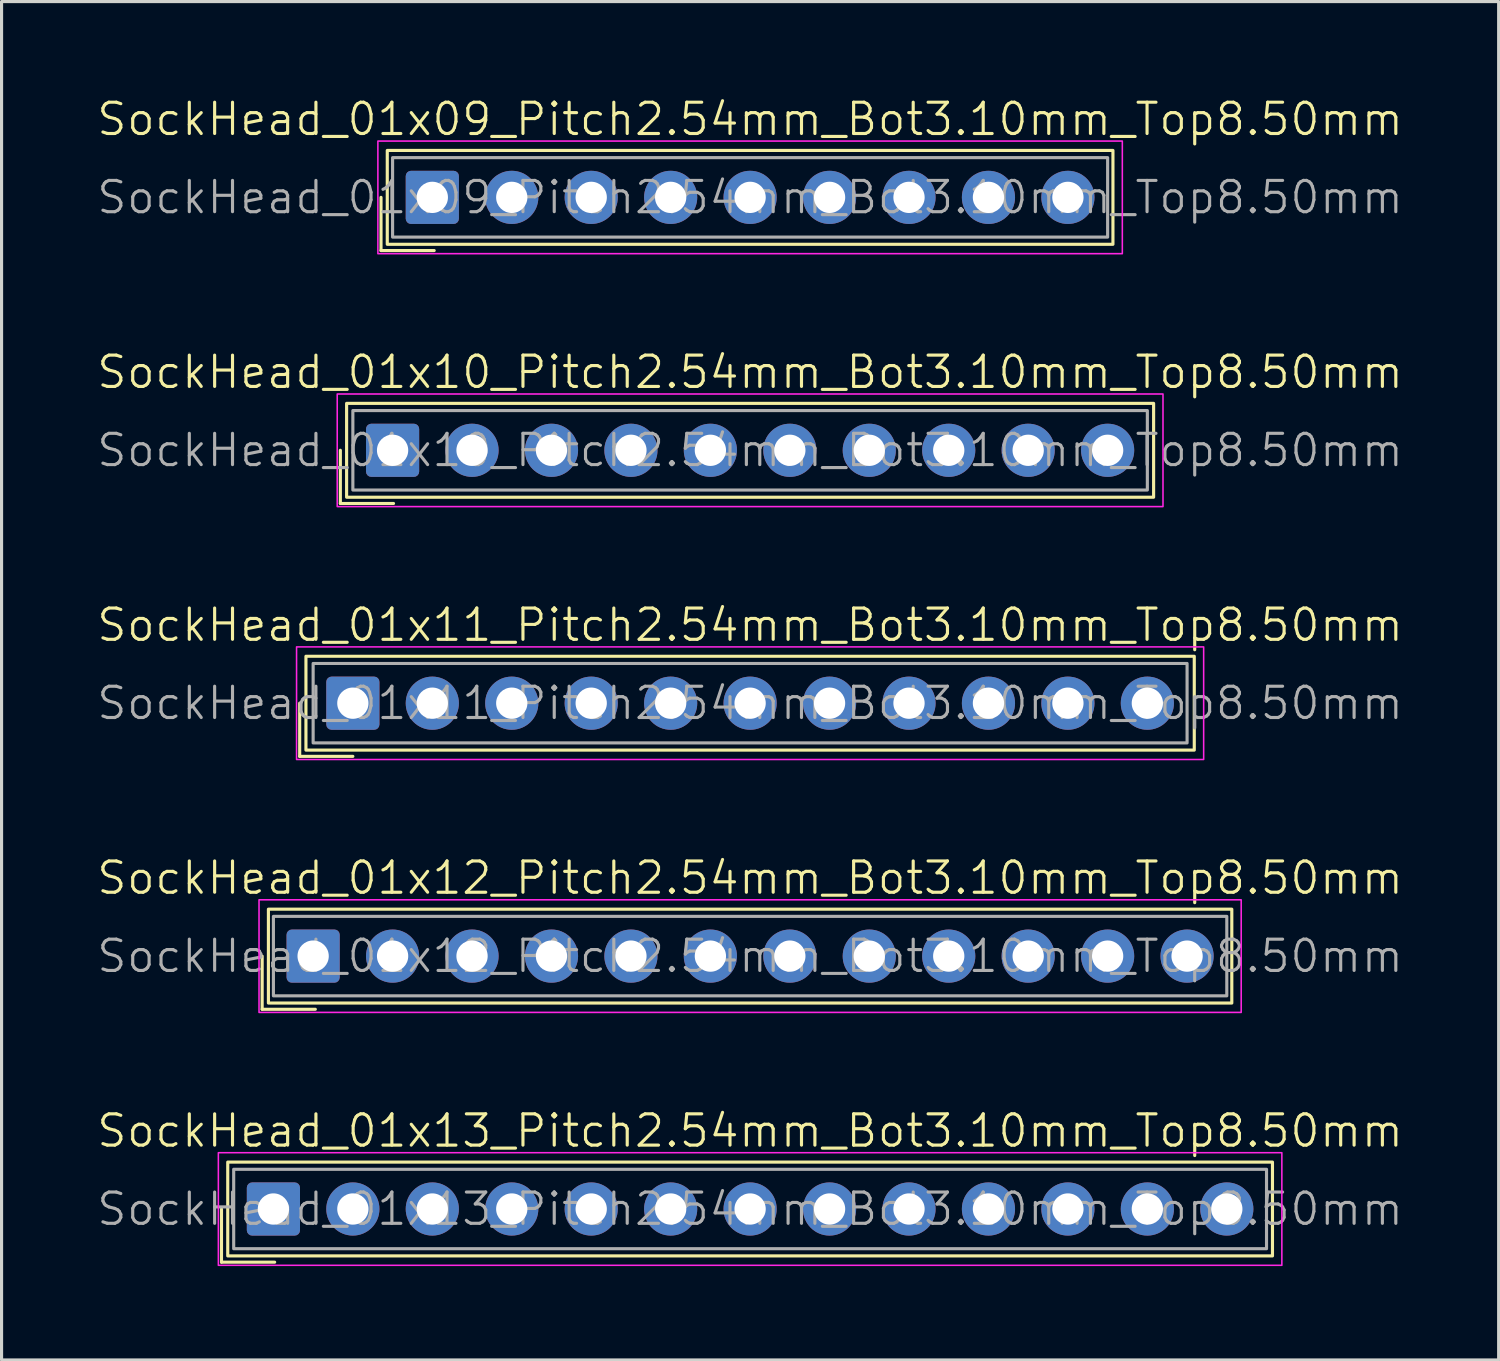
<source format=kicad_pcb>
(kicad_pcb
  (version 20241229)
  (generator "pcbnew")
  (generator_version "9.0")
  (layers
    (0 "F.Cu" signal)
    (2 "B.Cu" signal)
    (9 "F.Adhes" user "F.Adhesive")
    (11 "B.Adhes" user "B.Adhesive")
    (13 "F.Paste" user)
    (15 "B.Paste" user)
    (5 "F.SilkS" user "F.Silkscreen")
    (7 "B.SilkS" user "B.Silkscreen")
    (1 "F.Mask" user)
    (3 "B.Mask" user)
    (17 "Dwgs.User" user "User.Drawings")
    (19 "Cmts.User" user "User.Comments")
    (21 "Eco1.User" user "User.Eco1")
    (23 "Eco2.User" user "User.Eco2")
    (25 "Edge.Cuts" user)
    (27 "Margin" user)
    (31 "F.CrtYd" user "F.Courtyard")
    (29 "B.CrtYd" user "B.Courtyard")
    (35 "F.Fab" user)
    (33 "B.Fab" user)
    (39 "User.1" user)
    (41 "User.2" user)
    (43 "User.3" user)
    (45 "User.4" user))
  (footprint "SockHead_01x13_Pitch2.54mm_Bot3.10mm_Top8.50mm"
    (layer "F.Cu")
    (at 20.931 35.602)
    (property "Reference" "SockHead_01x13_Pitch2.54mm_Bot3.10mm_Top8.50mm" (at 0 -2.5 0) (unlocked yes) (layer "F.SilkS") (effects (font (size 1 1) (thickness 0.1))))
    (attr through_hole)
    (fp_line (start -16.9 0) (end -16.9 1.7) (stroke (width 0.1) (type default)) (layer "F.SilkS"))
    (fp_line (start -16.9 1.7) (end -15.2 1.7) (stroke (width 0.1) (type default)) (layer "F.SilkS"))
    (fp_rect (start -16.7 -1.5) (end 16.7 1.5) (stroke (width 0.1) (type default)) (fill no) (layer "F.SilkS"))
    (fp_rect (start -17 1.8) (end 17 -1.8) (stroke (width 0.05) (type default)) (fill no) (layer "F.CrtYd"))
    (fp_rect (start -16.51 -1.27) (end 16.51 1.27) (stroke (width 0.1) (type default)) (fill no) (layer "F.Fab"))
    (fp_text user "${REFERENCE}" (at 0 0 0) (unlocked yes) (layer "F.Fab") (effects (font (size 1 1) (thickness 0.1))))
    (pad "1" thru_hole roundrect (at -15.24 0) (size 1.7 1.7) (drill 1) (layers "*.Cu" "*.Mask") (roundrect_rratio 0.1))
    (pad "2" thru_hole circle (at -12.7 0) (size 1.7 1.7) (drill 1) (layers "*.Cu" "*.Mask"))
    (pad "3" thru_hole circle (at -10.16 0) (size 1.7 1.7) (drill 1) (layers "*.Cu" "*.Mask"))
    (pad "4" thru_hole circle (at -7.62 0) (size 1.7 1.7) (drill 1) (layers "*.Cu" "*.Mask"))
    (pad "5" thru_hole circle (at -5.08 0) (size 1.7 1.7) (drill 1) (layers "*.Cu" "*.Mask"))
    (pad "6" thru_hole circle (at -2.54 0) (size 1.7 1.7) (drill 1) (layers "*.Cu" "*.Mask"))
    (pad "7" thru_hole circle (at 0 0) (size 1.7 1.7) (drill 1) (layers "*.Cu" "*.Mask"))
    (pad "8" thru_hole circle (at 2.54 0) (size 1.7 1.7) (drill 1) (layers "*.Cu" "*.Mask"))
    (pad "9" thru_hole circle (at 5.08 0) (size 1.7 1.7) (drill 1) (layers "*.Cu" "*.Mask"))
    (pad "10" thru_hole circle (at 7.62 0) (size 1.7 1.7) (drill 1) (layers "*.Cu" "*.Mask"))
    (pad "11" thru_hole circle (at 10.16 0) (size 1.7 1.7) (drill 1) (layers "*.Cu" "*.Mask"))
    (pad "12" thru_hole circle (at 12.7 0) (size 1.7 1.7) (drill 1) (layers "*.Cu" "*.Mask"))
    (pad "13" thru_hole circle (at 15.24 0) (size 1.7 1.7) (drill 1) (layers "*.Cu" "*.Mask")))
  (footprint "SockHead_01x10_Pitch2.54mm_Bot3.10mm_Top8.50mm"
    (layer "F.Cu")
    (at 20.931 11.346)
    (property "Reference" "SockHead_01x10_Pitch2.54mm_Bot3.10mm_Top8.50mm" (at 0 -2.5 0) (unlocked yes) (layer "F.SilkS") (effects (font (size 1 1) (thickness 0.1))))
    (attr through_hole)
    (fp_line (start -13.1 0) (end -13.1 1.7) (stroke (width 0.1) (type default)) (layer "F.SilkS"))
    (fp_line (start -13.1 1.7) (end -11.4 1.7) (stroke (width 0.1) (type default)) (layer "F.SilkS"))
    (fp_rect (start -12.9 -1.5) (end 12.9 1.5) (stroke (width 0.1) (type default)) (fill no) (layer "F.SilkS"))
    (fp_rect (start -13.2 1.8) (end 13.2 -1.8) (stroke (width 0.05) (type default)) (fill no) (layer "F.CrtYd"))
    (fp_rect (start -12.7 -1.27) (end 12.7 1.27) (stroke (width 0.1) (type default)) (fill no) (layer "F.Fab"))
    (fp_text user "${REFERENCE}" (at 0 0 0) (unlocked yes) (layer "F.Fab") (effects (font (size 1 1) (thickness 0.1))))
    (pad "1" thru_hole roundrect (at -11.43 0) (size 1.7 1.7) (drill 1) (layers "*.Cu" "*.Mask") (roundrect_rratio 0.1))
    (pad "2" thru_hole circle (at -8.89 0) (size 1.7 1.7) (drill 1) (layers "*.Cu" "*.Mask"))
    (pad "3" thru_hole circle (at -6.35 0) (size 1.7 1.7) (drill 1) (layers "*.Cu" "*.Mask"))
    (pad "4" thru_hole circle (at -3.81 0) (size 1.7 1.7) (drill 1) (layers "*.Cu" "*.Mask"))
    (pad "5" thru_hole circle (at -1.27 0) (size 1.7 1.7) (drill 1) (layers "*.Cu" "*.Mask"))
    (pad "6" thru_hole circle (at 1.27 0) (size 1.7 1.7) (drill 1) (layers "*.Cu" "*.Mask"))
    (pad "7" thru_hole circle (at 3.81 0) (size 1.7 1.7) (drill 1) (layers "*.Cu" "*.Mask"))
    (pad "8" thru_hole circle (at 6.35 0) (size 1.7 1.7) (drill 1) (layers "*.Cu" "*.Mask"))
    (pad "9" thru_hole circle (at 8.89 0) (size 1.7 1.7) (drill 1) (layers "*.Cu" "*.Mask"))
    (pad "10" thru_hole circle (at 11.43 0) (size 1.7 1.7) (drill 1) (layers "*.Cu" "*.Mask")))
  (footprint "SockHead_01x09_Pitch2.54mm_Bot3.10mm_Top8.50mm"
    (layer "F.Cu")
    (at 20.931 3.26)
    (property "Reference" "SockHead_01x09_Pitch2.54mm_Bot3.10mm_Top8.50mm" (at 0 -2.5 0) (unlocked yes) (layer "F.SilkS") (effects (font (size 1 1) (thickness 0.1))))
    (attr through_hole)
    (fp_line (start -11.8 0) (end -11.8 1.7) (stroke (width 0.1) (type default)) (layer "F.SilkS"))
    (fp_line (start -11.8 1.7) (end -10.1 1.7) (stroke (width 0.1) (type default)) (layer "F.SilkS"))
    (fp_rect (start -11.6 -1.5) (end 11.6 1.5) (stroke (width 0.1) (type default)) (fill no) (layer "F.SilkS"))
    (fp_rect (start -11.9 1.8) (end 11.9 -1.8) (stroke (width 0.05) (type default)) (fill no) (layer "F.CrtYd"))
    (fp_rect (start -11.43 -1.27) (end 11.43 1.27) (stroke (width 0.1) (type default)) (fill no) (layer "F.Fab"))
    (fp_text user "${REFERENCE}" (at 0 0 0) (unlocked yes) (layer "F.Fab") (effects (font (size 1 1) (thickness 0.1))))
    (pad "1" thru_hole roundrect (at -10.16 0) (size 1.7 1.7) (drill 1) (layers "*.Cu" "*.Mask") (roundrect_rratio 0.1))
    (pad "2" thru_hole circle (at -7.62 0) (size 1.7 1.7) (drill 1) (layers "*.Cu" "*.Mask"))
    (pad "3" thru_hole circle (at -5.08 0) (size 1.7 1.7) (drill 1) (layers "*.Cu" "*.Mask"))
    (pad "4" thru_hole circle (at -2.54 0) (size 1.7 1.7) (drill 1) (layers "*.Cu" "*.Mask"))
    (pad "5" thru_hole circle (at 0 0) (size 1.7 1.7) (drill 1) (layers "*.Cu" "*.Mask"))
    (pad "6" thru_hole circle (at 2.54 0) (size 1.7 1.7) (drill 1) (layers "*.Cu" "*.Mask"))
    (pad "7" thru_hole circle (at 5.08 0) (size 1.7 1.7) (drill 1) (layers "*.Cu" "*.Mask"))
    (pad "8" thru_hole circle (at 7.62 0) (size 1.7 1.7) (drill 1) (layers "*.Cu" "*.Mask"))
    (pad "9" thru_hole circle (at 10.16 0) (size 1.7 1.7) (drill 1) (layers "*.Cu" "*.Mask")))
  (footprint "SockHead_01x11_Pitch2.54mm_Bot3.10mm_Top8.50mm"
    (layer "F.Cu")
    (at 20.931 19.431)
    (property "Reference" "SockHead_01x11_Pitch2.54mm_Bot3.10mm_Top8.50mm" (at 0 -2.5 0) (unlocked yes) (layer "F.SilkS") (effects (font (size 1 1) (thickness 0.1))))
    (attr through_hole)
    (fp_line (start -14.4 0) (end -14.4 1.7) (stroke (width 0.1) (type default)) (layer "F.SilkS"))
    (fp_line (start -14.4 1.7) (end -12.7 1.7) (stroke (width 0.1) (type default)) (layer "F.SilkS"))
    (fp_rect (start -14.2 -1.5) (end 14.2 1.5) (stroke (width 0.1) (type default)) (fill no) (layer "F.SilkS"))
    (fp_rect (start -14.5 1.8) (end 14.5 -1.8) (stroke (width 0.05) (type default)) (fill no) (layer "F.CrtYd"))
    (fp_rect (start -13.97 -1.27) (end 13.97 1.27) (stroke (width 0.1) (type default)) (fill no) (layer "F.Fab"))
    (fp_text user "${REFERENCE}" (at 0 0 0) (unlocked yes) (layer "F.Fab") (effects (font (size 1 1) (thickness 0.1))))
    (pad "1" thru_hole roundrect (at -12.7 0) (size 1.7 1.7) (drill 1) (layers "*.Cu" "*.Mask") (roundrect_rratio 0.1))
    (pad "2" thru_hole circle (at -10.16 0) (size 1.7 1.7) (drill 1) (layers "*.Cu" "*.Mask"))
    (pad "3" thru_hole circle (at -7.62 0) (size 1.7 1.7) (drill 1) (layers "*.Cu" "*.Mask"))
    (pad "4" thru_hole circle (at -5.08 0) (size 1.7 1.7) (drill 1) (layers "*.Cu" "*.Mask"))
    (pad "5" thru_hole circle (at -2.54 0) (size 1.7 1.7) (drill 1) (layers "*.Cu" "*.Mask"))
    (pad "6" thru_hole circle (at 0 0) (size 1.7 1.7) (drill 1) (layers "*.Cu" "*.Mask"))
    (pad "7" thru_hole circle (at 2.54 0) (size 1.7 1.7) (drill 1) (layers "*.Cu" "*.Mask"))
    (pad "8" thru_hole circle (at 5.08 0) (size 1.7 1.7) (drill 1) (layers "*.Cu" "*.Mask"))
    (pad "9" thru_hole circle (at 7.62 0) (size 1.7 1.7) (drill 1) (layers "*.Cu" "*.Mask"))
    (pad "10" thru_hole circle (at 10.16 0) (size 1.7 1.7) (drill 1) (layers "*.Cu" "*.Mask"))
    (pad "11" thru_hole circle (at 12.7 0) (size 1.7 1.7) (drill 1) (layers "*.Cu" "*.Mask")))
  (footprint "SockHead_01x12_Pitch2.54mm_Bot3.10mm_Top8.50mm"
    (layer "F.Cu")
    (at 20.931 27.517)
    (property "Reference" "SockHead_01x12_Pitch2.54mm_Bot3.10mm_Top8.50mm" (at 0 -2.5 0) (unlocked yes) (layer "F.SilkS") (effects (font (size 1 1) (thickness 0.1))))
    (attr through_hole)
    (fp_line (start -15.6 0) (end -15.6 1.7) (stroke (width 0.1) (type default)) (layer "F.SilkS"))
    (fp_line (start -15.6 1.7) (end -13.9 1.7) (stroke (width 0.1) (type default)) (layer "F.SilkS"))
    (fp_rect (start -15.4 -1.5) (end 15.4 1.5) (stroke (width 0.1) (type default)) (fill no) (layer "F.SilkS"))
    (fp_rect (start -15.7 1.8) (end 15.7 -1.8) (stroke (width 0.05) (type default)) (fill no) (layer "F.CrtYd"))
    (fp_rect (start -15.24 -1.27) (end 15.24 1.27) (stroke (width 0.1) (type default)) (fill no) (layer "F.Fab"))
    (fp_text user "${REFERENCE}" (at 0 0 0) (unlocked yes) (layer "F.Fab") (effects (font (size 1 1) (thickness 0.1))))
    (pad "1" thru_hole roundrect (at -13.97 0) (size 1.7 1.7) (drill 1) (layers "*.Cu" "*.Mask") (roundrect_rratio 0.1))
    (pad "2" thru_hole circle (at -11.43 0) (size 1.7 1.7) (drill 1) (layers "*.Cu" "*.Mask"))
    (pad "3" thru_hole circle (at -8.89 0) (size 1.7 1.7) (drill 1) (layers "*.Cu" "*.Mask"))
    (pad "4" thru_hole circle (at -6.35 0) (size 1.7 1.7) (drill 1) (layers "*.Cu" "*.Mask"))
    (pad "5" thru_hole circle (at -3.81 0) (size 1.7 1.7) (drill 1) (layers "*.Cu" "*.Mask"))
    (pad "6" thru_hole circle (at -1.27 0) (size 1.7 1.7) (drill 1) (layers "*.Cu" "*.Mask"))
    (pad "7" thru_hole circle (at 1.27 0) (size 1.7 1.7) (drill 1) (layers "*.Cu" "*.Mask"))
    (pad "8" thru_hole circle (at 3.81 0) (size 1.7 1.7) (drill 1) (layers "*.Cu" "*.Mask"))
    (pad "9" thru_hole circle (at 6.35 0) (size 1.7 1.7) (drill 1) (layers "*.Cu" "*.Mask"))
    (pad "10" thru_hole circle (at 8.89 0) (size 1.7 1.7) (drill 1) (layers "*.Cu" "*.Mask"))
    (pad "11" thru_hole circle (at 11.43 0) (size 1.7 1.7) (drill 1) (layers "*.Cu" "*.Mask"))
    (pad "12" thru_hole circle (at 13.97 0) (size 1.7 1.7) (drill 1) (layers "*.Cu" "*.Mask")))
  (gr_rect
    (start -3 -3)
    (end 44.862 40.428)
    (stroke (width 0.1) (type default))
    (fill no)
    (layer "Edge.Cuts")))
</source>
